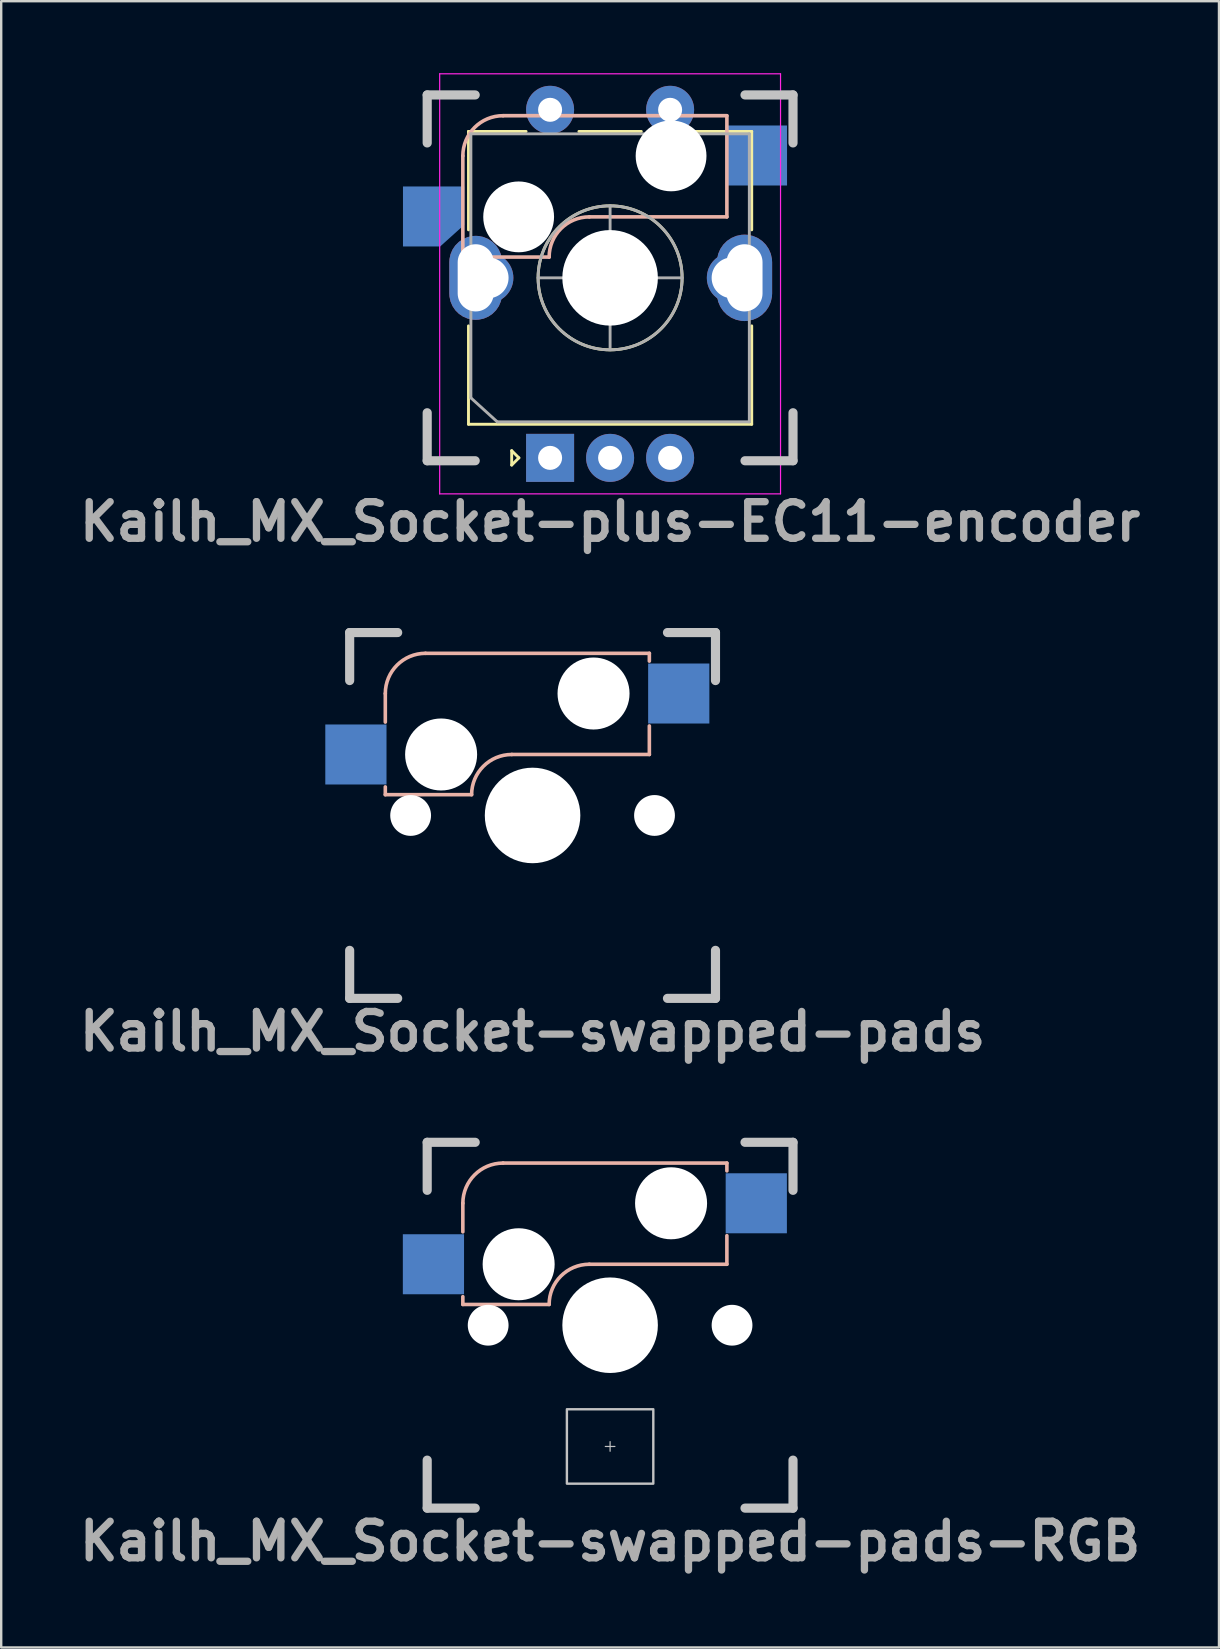
<source format=kicad_pcb>
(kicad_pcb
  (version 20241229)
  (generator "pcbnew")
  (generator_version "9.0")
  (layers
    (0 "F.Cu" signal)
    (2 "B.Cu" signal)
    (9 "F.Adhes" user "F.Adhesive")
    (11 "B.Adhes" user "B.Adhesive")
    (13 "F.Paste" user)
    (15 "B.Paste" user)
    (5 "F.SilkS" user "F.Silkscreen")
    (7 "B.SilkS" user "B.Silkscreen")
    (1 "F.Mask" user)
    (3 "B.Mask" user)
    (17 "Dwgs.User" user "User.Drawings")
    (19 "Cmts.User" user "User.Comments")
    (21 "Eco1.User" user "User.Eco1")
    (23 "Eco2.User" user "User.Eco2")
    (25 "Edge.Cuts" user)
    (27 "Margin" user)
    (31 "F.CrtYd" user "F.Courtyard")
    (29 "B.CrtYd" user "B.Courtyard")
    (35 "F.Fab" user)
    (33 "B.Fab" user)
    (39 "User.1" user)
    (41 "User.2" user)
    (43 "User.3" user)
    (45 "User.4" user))
  (footprint "Kailh_MX_Socket-swapped-pads"
    (layer "F.Cu")
    (at 19.137 30.922)
    (property "Reference" "Kailh_MX_Socket-swapped-pads" (at 0 9 0) (layer "F.Fab") (effects (font (size 1.524 1.524) (thickness 0.305))))
    (attr through_hole)
    (fp_line (start -6.135 -5.08) (end -6.135 -3.89) (stroke (width 0.15) (type solid)) (layer "B.SilkS"))
    (fp_line (start -6.135 -1.19) (end -6.135 -0.865) (stroke (width 0.15) (type solid)) (layer "B.SilkS"))
    (fp_line (start -6.135 -0.865) (end -2.54 -0.865) (stroke (width 0.15) (type solid)) (layer "B.SilkS"))
    (fp_line (start -4.46 -6.755) (end 4.865 -6.755) (stroke (width 0.15) (type solid)) (layer "B.SilkS"))
    (fp_line (start -0.865 -2.54) (end 4.865 -2.54) (stroke (width 0.15) (type solid)) (layer "B.SilkS"))
    (fp_line (start 4.865 -6.755) (end 4.865 -6.43) (stroke (width 0.15) (type solid)) (layer "B.SilkS"))
    (fp_line (start 4.865 -3.73) (end 4.865 -2.54) (stroke (width 0.15) (type solid)) (layer "B.SilkS"))
    (fp_arc (start -6.135 -5.08) (mid -5.644404 -6.264404) (end -4.46 -6.755) (stroke (width 0.15) (type solid)) (layer "B.SilkS"))
    (fp_arc (start -2.54 -0.865) (mid -2.049404 -2.049404) (end -0.865 -2.54) (stroke (width 0.15) (type solid)) (layer "B.SilkS"))
    (fp_line (start -7.62 -7.62) (end -7.62 -5.62) (stroke (width 0.381) (type solid)) (layer "Dwgs.User"))
    (fp_line (start -7.62 5.62) (end -7.62 7.62) (stroke (width 0.381) (type solid)) (layer "Dwgs.User"))
    (fp_line (start -7.62 7.62) (end -5.62 7.62) (stroke (width 0.381) (type solid)) (layer "Dwgs.User"))
    (fp_line (start -5.62 -7.62) (end -7.62 -7.62) (stroke (width 0.381) (type solid)) (layer "Dwgs.User"))
    (fp_line (start 5.62 7.62) (end 7.62 7.62) (stroke (width 0.381) (type solid)) (layer "Dwgs.User"))
    (fp_line (start 7.62 -7.62) (end 5.62 -7.62) (stroke (width 0.381) (type solid)) (layer "Dwgs.User"))
    (fp_line (start 7.62 -5.62) (end 7.62 -7.62) (stroke (width 0.381) (type solid)) (layer "Dwgs.User"))
    (fp_line (start 7.62 5.62) (end 7.62 7.62) (stroke (width 0.381) (type solid)) (layer "Dwgs.User"))
    (pad "" np_thru_hole circle (at -5.08 0) (size 1.7 1.7) (drill 1.7) (layers "*.Cu" "*.Mask"))
    (pad "" np_thru_hole circle (at -3.81 -2.54) (size 3 3) (drill 3) (layers "*.Cu" "*.Mask"))
    (pad "" np_thru_hole circle (at 0 0) (size 3.98 3.98) (drill 3.98) (layers "*.Cu" "*.Mask"))
    (pad "" np_thru_hole circle (at 2.54 -5.08) (size 3 3) (drill 3) (layers "*.Cu" "*.Mask"))
    (pad "" np_thru_hole circle (at 5.08 0) (size 1.7 1.7) (drill 1.7) (layers "*.Cu" "*.Mask"))
    (pad "1" smd rect (at -7.36 -2.54) (size 2.55 2.5) (layers "B.Cu" "B.Mask" "B.Paste"))
    (pad "2" smd rect (at 6.09 -5.08) (size 2.55 2.5) (layers "B.Cu" "B.Mask" "B.Paste")))
  (footprint "Kailh_MX_Socket-plus-EC11-encoder"
    (layer "F.Cu")
    (at 22.367 8.525)
    (property "Reference" "Kailh_MX_Socket-plus-EC11-encoder" (at 0 10.16 0) (layer "F.Fab") (effects (font (size 1.524 1.524) (thickness 0.305))))
    (attr through_hole)
    (fp_line (start -5.9 -6.1) (end -3.5 -6.1) (stroke (width 0.12) (type solid)) (layer "F.SilkS"))
    (fp_line (start -5.9 -2) (end -5.9 -6.1) (stroke (width 0.12) (type solid)) (layer "F.SilkS"))
    (fp_line (start -5.9 2) (end -5.9 6.1) (stroke (width 0.12) (type solid)) (layer "F.SilkS"))
    (fp_line (start -5.9 6.1) (end 5.9 6.1) (stroke (width 0.12) (type solid)) (layer "F.SilkS"))
    (fp_line (start -4.1 7.2) (end -3.8 7.5) (stroke (width 0.12) (type solid)) (layer "F.SilkS"))
    (fp_line (start -4.1 7.8) (end -4.1 7.2) (stroke (width 0.12) (type solid)) (layer "F.SilkS"))
    (fp_line (start -3.8 7.5) (end -4.1 7.8) (stroke (width 0.12) (type solid)) (layer "F.SilkS"))
    (fp_line (start -1.3 -6.1) (end 1.3 -6.1) (stroke (width 0.12) (type solid)) (layer "F.SilkS"))
    (fp_line (start -0.5 0) (end 0.5 0) (stroke (width 0.12) (type solid)) (layer "F.SilkS"))
    (fp_line (start 0 0.5) (end 0 -0.5) (stroke (width 0.12) (type solid)) (layer "F.SilkS"))
    (fp_line (start 3.5 -6.1) (end 5.9 -6.1) (stroke (width 0.12) (type solid)) (layer "F.SilkS"))
    (fp_line (start 5.9 -6.1) (end 5.9 -2) (stroke (width 0.12) (type solid)) (layer "F.SilkS"))
    (fp_line (start 5.9 2) (end 5.9 6.1) (stroke (width 0.12) (type solid)) (layer "F.SilkS"))
    (fp_circle (center 0 0) (end 0 -3) (stroke (width 0.12) (type solid)) (fill no) (layer "F.SilkS"))
    (fp_line (start -6.135 -5.08) (end -6.135 -0.865) (stroke (width 0.15) (type solid)) (layer "B.SilkS"))
    (fp_line (start -6.135 -0.865) (end -2.54 -0.865) (stroke (width 0.15) (type solid)) (layer "B.SilkS"))
    (fp_line (start -4.46 -6.755) (end 4.865 -6.755) (stroke (width 0.15) (type solid)) (layer "B.SilkS"))
    (fp_line (start -0.865 -2.54) (end 4.865 -2.54) (stroke (width 0.15) (type solid)) (layer "B.SilkS"))
    (fp_line (start 4.865 -6.75) (end 4.865 -2.54) (stroke (width 0.15) (type solid)) (layer "B.SilkS"))
    (fp_arc (start -6.135 -5.08) (mid -5.644404 -6.264404) (end -4.46 -6.755) (stroke (width 0.15) (type solid)) (layer "B.SilkS"))
    (fp_arc (start -2.54 -0.865) (mid -2.049404 -2.049404) (end -0.865 -2.54) (stroke (width 0.15) (type solid)) (layer "B.SilkS"))
    (fp_line (start -7.62 -7.62) (end -7.62 -5.62) (stroke (width 0.381) (type solid)) (layer "Dwgs.User"))
    (fp_line (start -7.62 5.62) (end -7.62 7.62) (stroke (width 0.381) (type solid)) (layer "Dwgs.User"))
    (fp_line (start -5.62 -7.62) (end -7.62 -7.62) (stroke (width 0.381) (type solid)) (layer "Dwgs.User"))
    (fp_line (start -5.62 7.62) (end -7.62 7.62) (stroke (width 0.381) (type solid)) (layer "Dwgs.User"))
    (fp_line (start 7.62 -7.62) (end 5.62 -7.62) (stroke (width 0.381) (type solid)) (layer "Dwgs.User"))
    (fp_line (start 7.62 -5.62) (end 7.62 -7.62) (stroke (width 0.381) (type solid)) (layer "Dwgs.User"))
    (fp_line (start 7.62 5.62) (end 7.62 7.62) (stroke (width 0.381) (type solid)) (layer "Dwgs.User"))
    (fp_line (start 7.62 7.62) (end 5.62 7.62) (stroke (width 0.381) (type solid)) (layer "Dwgs.User"))
    (fp_line (start -7.1 9) (end -7.1 -8.5) (stroke (width 0.05) (type solid)) (layer "F.CrtYd"))
    (fp_line (start -7.1 9) (end 7.1 9) (stroke (width 0.05) (type solid)) (layer "F.CrtYd"))
    (fp_line (start 7.1 -8.5) (end -7.1 -8.5) (stroke (width 0.05) (type solid)) (layer "F.CrtYd"))
    (fp_line (start 7.1 -8.5) (end 7.1 9) (stroke (width 0.05) (type solid)) (layer "F.CrtYd"))
    (fp_line (start -5.8 -6) (end 5.8 -6) (stroke (width 0.12) (type solid)) (layer "F.Fab"))
    (fp_line (start -5.8 5) (end -5.8 -6) (stroke (width 0.12) (type solid)) (layer "F.Fab"))
    (fp_line (start -4.7 6) (end -5.8 5) (stroke (width 0.12) (type solid)) (layer "F.Fab"))
    (fp_line (start -3 0) (end 3 0) (stroke (width 0.12) (type solid)) (layer "F.Fab"))
    (fp_line (start 0 3) (end 0 -3) (stroke (width 0.12) (type solid)) (layer "F.Fab"))
    (fp_line (start 5.8 -6) (end 5.8 6) (stroke (width 0.12) (type solid)) (layer "F.Fab"))
    (fp_line (start 5.8 6) (end -4.7 6) (stroke (width 0.12) (type solid)) (layer "F.Fab"))
    (fp_circle (center 0 0) (end 0 -3) (stroke (width 0.12) (type solid)) (fill no) (layer "F.Fab"))
    (pad "" thru_hole circle (at -5.08 0) (size 2.1 2.1) (drill 1.7) (layers "*.Cu" "*.Mask"))
    (pad "" np_thru_hole circle (at -3.81 -2.54) (size 2.95 2.95) (drill 2.95) (layers "*.Cu" "*.Mask"))
    (pad "" np_thru_hole circle (at 0 0) (size 3.98 3.98) (drill 3.98) (layers "*.Cu" "*.Mask"))
    (pad "" np_thru_hole circle (at 2.54 -5.08) (size 2.95 2.95) (drill 2.95) (layers "*.Cu" "*.Mask"))
    (pad "" thru_hole circle (at 5.08 0) (size 2.1 2.1) (drill 1.7) (layers "*.Cu" "*.Mask"))
    (pad "1" smd custom (at -7.354 -2.557) (size 2.2 2.2) (layers "B.Cu" "B.Mask" "B.Paste") (options (anchor circle)) (primitives (gr_poly (pts (xy 1.275 -1.25) (xy -1.275 -1.25) (xy -1.275 1.25) (xy 0.275 1.25) (xy 1.275 0.35)) (width 0) (fill yes))))
    (pad "1" thru_hole circle (at -2.5 -7 90) (size 2 2) (drill 1) (layers "*.Cu" "*.Mask"))
    (pad "2" thru_hole circle (at 2.5 -7 90) (size 2 2) (drill 1) (layers "*.Cu" "*.Mask"))
    (pad "2" smd rect (at 6.096 -5.097) (size 2.55 2.5) (layers "B.Cu" "B.Mask" "B.Paste"))
    (pad "A" thru_hole rect (at -2.5 7.5 90) (size 2 2) (drill 1) (layers "*.Cu" "*.Mask"))
    (pad "B" thru_hole circle (at 2.5 7.5 90) (size 2 2) (drill 1) (layers "*.Cu" "*.Mask"))
    (pad "C" thru_hole circle (at 0 7.5 90) (size 2 2) (drill 1) (layers "*.Cu" "*.Mask"))
    (pad "MP" thru_hole roundrect (at -5.6 0 90) (size 3.5 2.2) (drill oval 2.8 1.5) (layers "*.Cu" "*.Mask") (roundrect_rratio 0.5))
    (pad "MP" thru_hole roundrect (at 5.6 0 90) (size 3.6 2.3) (drill oval 2.8 1.5) (layers "*.Cu" "*.Mask") (roundrect_rratio 0.5)))
  (footprint "Kailh_MX_Socket-swapped-pads-RGB"
    (layer "F.Cu")
    (at 22.367 52.159)
    (property "Reference" "Kailh_MX_Socket-swapped-pads-RGB" (at 0 9 0) (layer "F.Fab") (effects (font (size 1.524 1.524) (thickness 0.305))))
    (attr through_hole)
    (fp_line (start -6.135 -5.08) (end -6.135 -3.89) (stroke (width 0.15) (type solid)) (layer "B.SilkS"))
    (fp_line (start -6.135 -1.19) (end -6.135 -0.865) (stroke (width 0.15) (type solid)) (layer "B.SilkS"))
    (fp_line (start -6.135 -0.865) (end -2.54 -0.865) (stroke (width 0.15) (type solid)) (layer "B.SilkS"))
    (fp_line (start -4.46 -6.755) (end 4.865 -6.755) (stroke (width 0.15) (type solid)) (layer "B.SilkS"))
    (fp_line (start -0.865 -2.54) (end 4.865 -2.54) (stroke (width 0.15) (type solid)) (layer "B.SilkS"))
    (fp_line (start 4.865 -6.755) (end 4.865 -6.43) (stroke (width 0.15) (type solid)) (layer "B.SilkS"))
    (fp_line (start 4.865 -3.73) (end 4.865 -2.54) (stroke (width 0.15) (type solid)) (layer "B.SilkS"))
    (fp_arc (start -6.135 -5.08) (mid -5.644404 -6.264404) (end -4.46 -6.755) (stroke (width 0.15) (type solid)) (layer "B.SilkS"))
    (fp_arc (start -2.54 -0.865) (mid -2.049404 -2.049404) (end -0.865 -2.54) (stroke (width 0.15) (type solid)) (layer "B.SilkS"))
    (fp_line (start -7.62 -7.62) (end -7.62 -5.62) (stroke (width 0.381) (type solid)) (layer "Dwgs.User"))
    (fp_line (start -7.62 5.62) (end -7.62 7.62) (stroke (width 0.381) (type solid)) (layer "Dwgs.User"))
    (fp_line (start -7.62 7.62) (end -5.62 7.62) (stroke (width 0.381) (type solid)) (layer "Dwgs.User"))
    (fp_line (start -5.62 -7.62) (end -7.62 -7.62) (stroke (width 0.381) (type solid)) (layer "Dwgs.User"))
    (fp_line (start -0.2 5.05) (end 0.2 5.05) (stroke (width 0.05) (type solid)) (layer "Dwgs.User"))
    (fp_line (start 0 4.85) (end 0 5.25) (stroke (width 0.05) (type solid)) (layer "Dwgs.User"))
    (fp_line (start 5.62 7.62) (end 7.62 7.62) (stroke (width 0.381) (type solid)) (layer "Dwgs.User"))
    (fp_line (start 7.62 -7.62) (end 5.62 -7.62) (stroke (width 0.381) (type solid)) (layer "Dwgs.User"))
    (fp_line (start 7.62 -5.62) (end 7.62 -7.62) (stroke (width 0.381) (type solid)) (layer "Dwgs.User"))
    (fp_line (start 7.62 5.62) (end 7.62 7.62) (stroke (width 0.381) (type solid)) (layer "Dwgs.User"))
    (fp_rect (start -1.8 3.5) (end 1.8 6.6) (stroke (width 0.1) (type solid)) (fill no) (layer "Dwgs.User"))
    (pad "" np_thru_hole circle (at -5.08 0) (size 1.7 1.7) (drill 1.7) (layers "*.Cu" "*.Mask"))
    (pad "" np_thru_hole circle (at -3.81 -2.54) (size 3 3) (drill 3) (layers "*.Cu" "*.Mask"))
    (pad "" np_thru_hole circle (at 0 0) (size 3.98 3.98) (drill 3.98) (layers "*.Cu" "*.Mask"))
    (pad "" np_thru_hole circle (at 2.54 -5.08) (size 3 3) (drill 3) (layers "*.Cu" "*.Mask"))
    (pad "" np_thru_hole circle (at 5.08 0) (size 1.7 1.7) (drill 1.7) (layers "*.Cu" "*.Mask"))
    (pad "1" smd rect (at -7.36 -2.54) (size 2.55 2.5) (layers "B.Cu" "B.Mask" "B.Paste"))
    (pad "2" smd rect (at 6.09 -5.08) (size 2.55 2.5) (layers "B.Cu" "B.Mask" "B.Paste")))
  (gr_rect
    (start -3 -3)
    (end 47.733 65.585)
    (stroke (width 0.1) (type default))
    (fill no)
    (layer "Edge.Cuts")))
</source>
